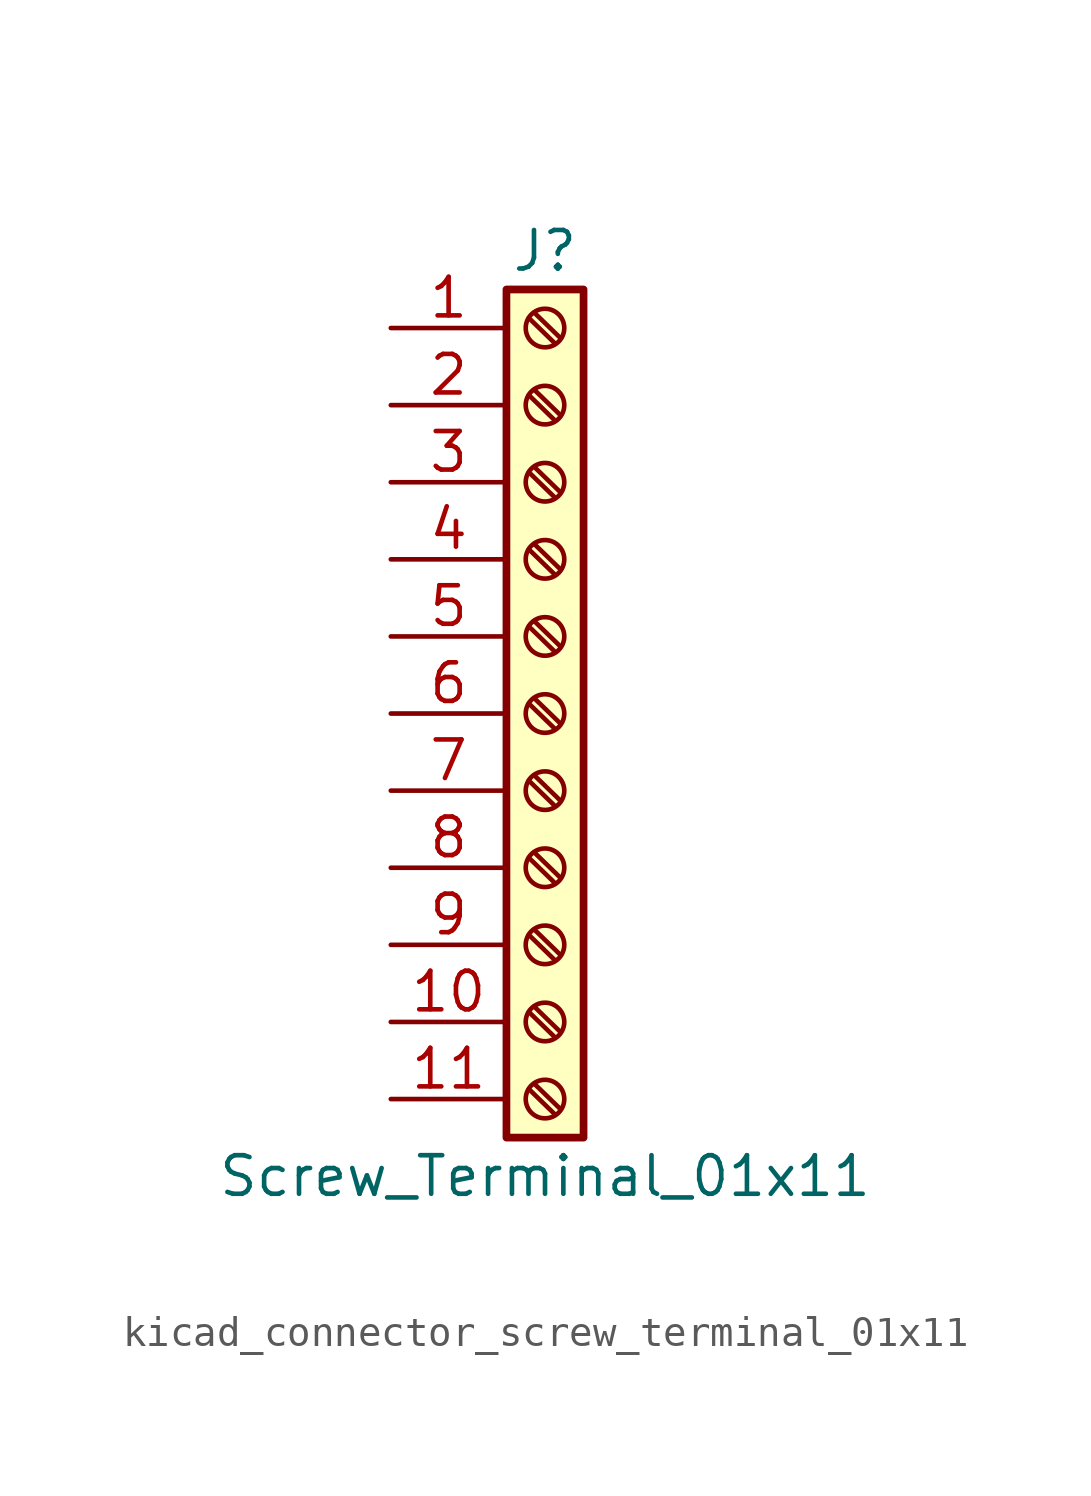
<source format=kicad_sym>
(kicad_symbol_lib
  (version 20220914)
  (generator kicad_symbol_editor)
  (symbol "kicad_connector_screw_terminal_01x11"
    (pin_names
      (offset 1.016) hide)
    (property "Reference" "J"
      (at 0 15.24 0)
      (effects (font (size 1.27 1.27))))
    (property "Value" "Screw_Terminal_01x11"
      (at 0 -15.24 0)
      (effects (font (size 1.27 1.27))))
    (symbol "kicad_connector_screw_terminal_01x11_1_1"
      (rectangle (start -1.27 13.97) (end 1.27 -13.97) (stroke (width 0.254) (type default)) (fill (type background)))
      (circle (center 0 -12.7) (radius 0.635) (stroke (width 0.152) (type default)) (fill (type none)))
      (circle (center 0 -10.16) (radius 0.635) (stroke (width 0.152) (type default)) (fill (type none)))
      (circle (center 0 -7.62) (radius 0.635) (stroke (width 0.152) (type default)) (fill (type none)))
      (circle (center 0 -5.08) (radius 0.635) (stroke (width 0.152) (type default)) (fill (type none)))
      (circle (center 0 -2.54) (radius 0.635) (stroke (width 0.152) (type default)) (fill (type none)))
      (polyline (pts (xy -0.533 -12.37) (xy 0.33 -13.208)) (stroke (width 0.152) (type default)) (fill (type none)))
      (polyline (pts (xy -0.533 -9.83) (xy 0.33 -10.668)) (stroke (width 0.152) (type default)) (fill (type none)))
      (polyline (pts (xy -0.533 -7.29) (xy 0.33 -8.128)) (stroke (width 0.152) (type default)) (fill (type none)))
      (polyline (pts (xy -0.533 -4.75) (xy 0.33 -5.588)) (stroke (width 0.152) (type default)) (fill (type none)))
      (polyline (pts (xy -0.533 -2.21) (xy 0.33 -3.048)) (stroke (width 0.152) (type default)) (fill (type none)))
      (polyline (pts (xy -0.533 0.33) (xy 0.33 -0.508)) (stroke (width 0.152) (type default)) (fill (type none)))
      (polyline (pts (xy -0.533 2.87) (xy 0.33 2.032)) (stroke (width 0.152) (type default)) (fill (type none)))
      (polyline (pts (xy -0.533 5.41) (xy 0.33 4.572)) (stroke (width 0.152) (type default)) (fill (type none)))
      (polyline (pts (xy -0.533 7.95) (xy 0.33 7.112)) (stroke (width 0.152) (type default)) (fill (type none)))
      (polyline (pts (xy -0.533 10.49) (xy 0.33 9.652)) (stroke (width 0.152) (type default)) (fill (type none)))
      (polyline (pts (xy -0.533 13.03) (xy 0.33 12.192)) (stroke (width 0.152) (type default)) (fill (type none)))
      (polyline (pts (xy -0.356 -12.192) (xy 0.508 -13.03)) (stroke (width 0.152) (type default)) (fill (type none)))
      (polyline (pts (xy -0.356 -9.652) (xy 0.508 -10.49)) (stroke (width 0.152) (type default)) (fill (type none)))
      (polyline (pts (xy -0.356 -7.112) (xy 0.508 -7.95)) (stroke (width 0.152) (type default)) (fill (type none)))
      (polyline (pts (xy -0.356 -4.572) (xy 0.508 -5.41)) (stroke (width 0.152) (type default)) (fill (type none)))
      (polyline (pts (xy -0.356 -2.032) (xy 0.508 -2.87)) (stroke (width 0.152) (type default)) (fill (type none)))
      (polyline (pts (xy -0.356 0.508) (xy 0.508 -0.33)) (stroke (width 0.152) (type default)) (fill (type none)))
      (polyline (pts (xy -0.356 3.048) (xy 0.508 2.21)) (stroke (width 0.152) (type default)) (fill (type none)))
      (polyline (pts (xy -0.356 5.588) (xy 0.508 4.75)) (stroke (width 0.152) (type default)) (fill (type none)))
      (polyline (pts (xy -0.356 8.128) (xy 0.508 7.29)) (stroke (width 0.152) (type default)) (fill (type none)))
      (polyline (pts (xy -0.356 10.668) (xy 0.508 9.83)) (stroke (width 0.152) (type default)) (fill (type none)))
      (polyline (pts (xy -0.356 13.208) (xy 0.508 12.37)) (stroke (width 0.152) (type default)) (fill (type none)))
      (circle (center 0 0) (radius 0.635) (stroke (width 0.152) (type default)) (fill (type none)))
      (circle (center 0 2.54) (radius 0.635) (stroke (width 0.152) (type default)) (fill (type none)))
      (circle (center 0 5.08) (radius 0.635) (stroke (width 0.152) (type default)) (fill (type none)))
      (circle (center 0 7.62) (radius 0.635) (stroke (width 0.152) (type default)) (fill (type none)))
      (circle (center 0 10.16) (radius 0.635) (stroke (width 0.152) (type default)) (fill (type none)))
      (circle (center 0 12.7) (radius 0.635) (stroke (width 0.152) (type default)) (fill (type none)))
      (pin passive line (at -5.08 12.7 0) (length 3.81) (name "Pin_1" (effects (font (size 1.27 1.27)))) (number "1" (effects (font (size 1.27 1.27)))))
      (pin passive line (at -5.08 -10.16 0) (length 3.81) (name "Pin_10" (effects (font (size 1.27 1.27)))) (number "10" (effects (font (size 1.27 1.27)))))
      (pin passive line (at -5.08 -12.7 0) (length 3.81) (name "Pin_11" (effects (font (size 1.27 1.27)))) (number "11" (effects (font (size 1.27 1.27)))))
      (pin passive line (at -5.08 10.16 0) (length 3.81) (name "Pin_2" (effects (font (size 1.27 1.27)))) (number "2" (effects (font (size 1.27 1.27)))))
      (pin passive line (at -5.08 7.62 0) (length 3.81) (name "Pin_3" (effects (font (size 1.27 1.27)))) (number "3" (effects (font (size 1.27 1.27)))))
      (pin passive line (at -5.08 5.08 0) (length 3.81) (name "Pin_4" (effects (font (size 1.27 1.27)))) (number "4" (effects (font (size 1.27 1.27)))))
      (pin passive line (at -5.08 2.54 0) (length 3.81) (name "Pin_5" (effects (font (size 1.27 1.27)))) (number "5" (effects (font (size 1.27 1.27)))))
      (pin passive line (at -5.08 0 0) (length 3.81) (name "Pin_6" (effects (font (size 1.27 1.27)))) (number "6" (effects (font (size 1.27 1.27)))))
      (pin passive line (at -5.08 -2.54 0) (length 3.81) (name "Pin_7" (effects (font (size 1.27 1.27)))) (number "7" (effects (font (size 1.27 1.27)))))
      (pin passive line (at -5.08 -5.08 0) (length 3.81) (name "Pin_8" (effects (font (size 1.27 1.27)))) (number "8" (effects (font (size 1.27 1.27)))))
      (pin passive line (at -5.08 -7.62 0) (length 3.81) (name "Pin_9" (effects (font (size 1.27 1.27)))) (number "9" (effects (font (size 1.27 1.27))))))))
</source>
